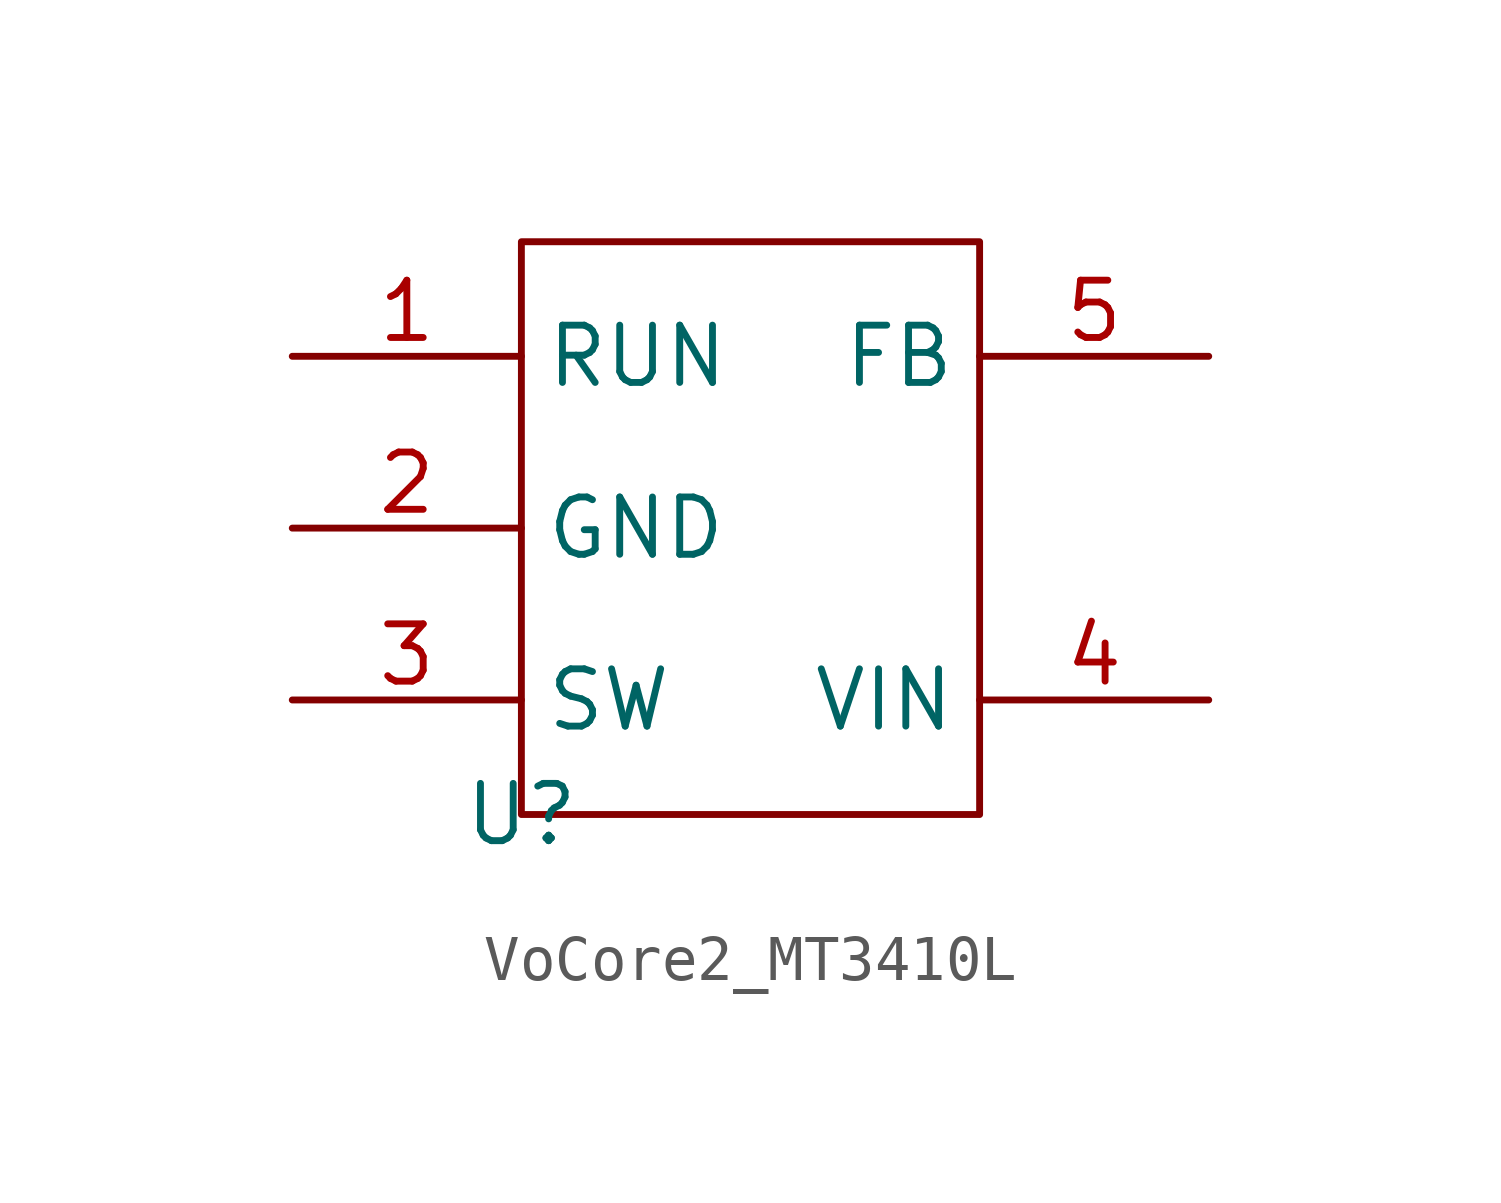
<source format=kicad_sym>
(kicad_symbol_lib
  (version 20241209)
  (generator "kicad_symbol_editor")
  (generator_version "9.0")
  (symbol "VoCore2_MT3410L"
    (property "Reference" "U"
      (at 0 0 0)
      (effects (font (size 1.27 1.27))))
    (symbol "VoCore2_MT3410L_1_0"
      (rectangle (start 0 12.7) (end 10.16 0) (stroke (width 0) (type default)) (fill (type none)))
      (pin input line (at -5.08 10.16 0) (length 5.08) (name "RUN" (effects (font (size 1.27 1.27)))) (number "1" (effects (font (size 1.27 1.27)))))
      (pin input line (at -5.08 6.35 0) (length 5.08) (name "GND" (effects (font (size 1.27 1.27)))) (number "2" (effects (font (size 1.27 1.27)))))
      (pin input line (at -5.08 2.54 0) (length 5.08) (name "SW" (effects (font (size 1.27 1.27)))) (number "3" (effects (font (size 1.27 1.27)))))
      (pin input line (at 15.24 10.16 180) (length 5.08) (name "FB" (effects (font (size 1.27 1.27)))) (number "5" (effects (font (size 1.27 1.27)))))
      (pin input line (at 15.24 2.54 180) (length 5.08) (name "VIN" (effects (font (size 1.27 1.27)))) (number "4" (effects (font (size 1.27 1.27))))))))
</source>
